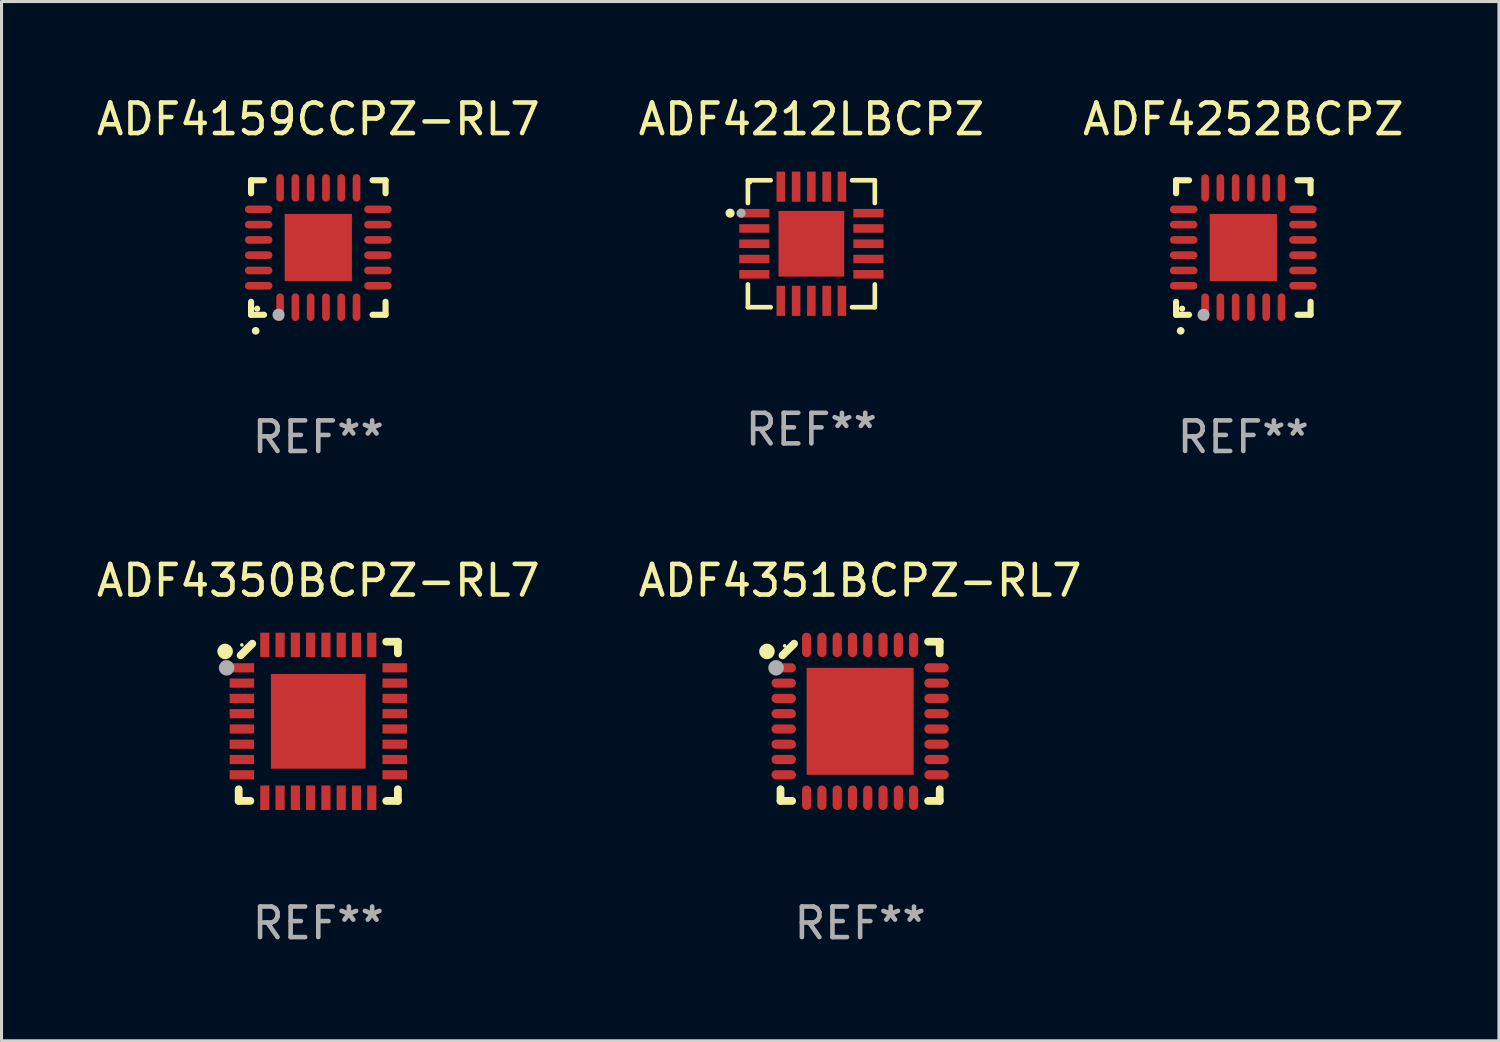
<source format=kicad_pcb>
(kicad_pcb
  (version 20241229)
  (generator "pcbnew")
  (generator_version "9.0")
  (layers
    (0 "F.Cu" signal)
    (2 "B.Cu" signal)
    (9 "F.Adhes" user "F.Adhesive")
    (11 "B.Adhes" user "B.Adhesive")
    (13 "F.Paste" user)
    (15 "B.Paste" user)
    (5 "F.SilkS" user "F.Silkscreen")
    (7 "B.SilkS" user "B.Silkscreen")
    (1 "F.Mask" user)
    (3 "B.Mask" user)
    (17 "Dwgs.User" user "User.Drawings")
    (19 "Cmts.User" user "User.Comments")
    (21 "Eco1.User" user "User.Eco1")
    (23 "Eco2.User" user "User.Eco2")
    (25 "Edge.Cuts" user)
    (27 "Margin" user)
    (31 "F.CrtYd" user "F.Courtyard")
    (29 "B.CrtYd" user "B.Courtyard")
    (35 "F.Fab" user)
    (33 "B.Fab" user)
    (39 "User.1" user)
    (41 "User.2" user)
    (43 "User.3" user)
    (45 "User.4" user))
  (footprint "ADF4212LBCPZ"
    (layer "F.Cu")
    (at 23.494 4.924)
    (property "Reference" "ADF4212LBCPZ" (at 0 -4.076 0) (layer "F.SilkS") (effects (font (size 1 1) (thickness 0.15))))
    (attr through_hole)
    (fp_line (start -2.076 -2.076) (end -2.076 -1.331) (stroke (width 0.152) (type solid)) (layer "F.SilkS"))
    (fp_line (start -2.076 2.076) (end -2.076 1.331) (stroke (width 0.152) (type solid)) (layer "F.SilkS"))
    (fp_line (start -1.331 -2.076) (end -2.076 -2.076) (stroke (width 0.152) (type solid)) (layer "F.SilkS"))
    (fp_line (start -1.331 2.076) (end -2.076 2.076) (stroke (width 0.152) (type solid)) (layer "F.SilkS"))
    (fp_line (start 1.331 -2.076) (end 2.076 -2.076) (stroke (width 0.152) (type solid)) (layer "F.SilkS"))
    (fp_line (start 1.331 2.076) (end 2.076 2.076) (stroke (width 0.152) (type solid)) (layer "F.SilkS"))
    (fp_line (start 2.076 -2.076) (end 2.076 -1.331) (stroke (width 0.152) (type solid)) (layer "F.SilkS"))
    (fp_line (start 2.076 2.076) (end 2.076 1.331) (stroke (width 0.152) (type solid)) (layer "F.SilkS"))
    (fp_circle (center -2.66 -1) (end -2.585 -1) (stroke (width 0.15) (type solid)) (fill no) (layer "F.SilkS"))
    (fp_circle (center -2 -2) (end -1.97 -2) (stroke (width 0.06) (type solid)) (fill no) (layer "F.SilkS"))
    (fp_circle (center -2.3 -1) (end -2.225 -1) (stroke (width 0.15) (type solid)) (fill no) (layer "F.Fab"))
    (fp_text user "REF**" (at 0 6.076 0) (layer "F.Fab") (effects (font (size 1 1) (thickness 0.15))))
    (pad "1" smd rect (at -1.867 -1) (size 0.985 0.28) (layers "F.Cu" "F.Mask" "F.Paste"))
    (pad "2" smd rect (at -1.867 -0.5) (size 0.985 0.28) (layers "F.Cu" "F.Mask" "F.Paste"))
    (pad "3" smd rect (at -1.867 0) (size 0.985 0.28) (layers "F.Cu" "F.Mask" "F.Paste"))
    (pad "4" smd rect (at -1.867 0.5) (size 0.985 0.28) (layers "F.Cu" "F.Mask" "F.Paste"))
    (pad "5" smd rect (at -1.867 1) (size 0.985 0.28) (layers "F.Cu" "F.Mask" "F.Paste"))
    (pad "6" smd rect (at -1 1.867) (size 0.28 0.985) (layers "F.Cu" "F.Mask" "F.Paste"))
    (pad "7" smd rect (at -0.5 1.867) (size 0.28 0.985) (layers "F.Cu" "F.Mask" "F.Paste"))
    (pad "8" smd rect (at 0 1.867) (size 0.28 0.985) (layers "F.Cu" "F.Mask" "F.Paste"))
    (pad "9" smd rect (at 0.5 1.867) (size 0.28 0.985) (layers "F.Cu" "F.Mask" "F.Paste"))
    (pad "10" smd rect (at 1 1.867) (size 0.28 0.985) (layers "F.Cu" "F.Mask" "F.Paste"))
    (pad "11" smd rect (at 1.867 1) (size 0.985 0.28) (layers "F.Cu" "F.Mask" "F.Paste"))
    (pad "12" smd rect (at 1.867 0.5) (size 0.985 0.28) (layers "F.Cu" "F.Mask" "F.Paste"))
    (pad "13" smd rect (at 1.867 0) (size 0.985 0.28) (layers "F.Cu" "F.Mask" "F.Paste"))
    (pad "14" smd rect (at 1.867 -0.5) (size 0.985 0.28) (layers "F.Cu" "F.Mask" "F.Paste"))
    (pad "15" smd rect (at 1.867 -1) (size 0.985 0.28) (layers "F.Cu" "F.Mask" "F.Paste"))
    (pad "16" smd rect (at 1 -1.867) (size 0.28 0.985) (layers "F.Cu" "F.Mask" "F.Paste"))
    (pad "17" smd rect (at 0.5 -1.867) (size 0.28 0.985) (layers "F.Cu" "F.Mask" "F.Paste"))
    (pad "18" smd rect (at 0 -1.867) (size 0.28 0.985) (layers "F.Cu" "F.Mask" "F.Paste"))
    (pad "19" smd rect (at -0.5 -1.867) (size 0.28 0.985) (layers "F.Cu" "F.Mask" "F.Paste"))
    (pad "20" smd rect (at -1 -1.867) (size 0.28 0.985) (layers "F.Cu" "F.Mask" "F.Paste"))
    (pad "21" smd rect (at 0 0) (size 2.15 2.15) (layers "F.Cu" "F.Mask" "F.Paste")))
  (footprint "ADF4252BCPZ"
    (layer "F.Cu")
    (at 37.625 5.048)
    (property "Reference" "ADF4252BCPZ" (at 0 -4.2 0) (layer "F.SilkS") (effects (font (size 1 1) (thickness 0.15))))
    (attr through_hole)
    (fp_line (start -2.2 -2.2) (end -2.2 -1.775) (stroke (width 0.2) (type solid)) (layer "F.SilkS"))
    (fp_line (start -2.2 2.2) (end -2.2 1.775) (stroke (width 0.2) (type solid)) (layer "F.SilkS"))
    (fp_line (start -1.775 -2.2) (end -2.2 -2.2) (stroke (width 0.2) (type solid)) (layer "F.SilkS"))
    (fp_line (start -1.775 2.2) (end -2.2 2.2) (stroke (width 0.2) (type solid)) (layer "F.SilkS"))
    (fp_line (start 2.2 -2.2) (end 1.775 -2.2) (stroke (width 0.2) (type solid)) (layer "F.SilkS"))
    (fp_line (start 2.2 -1.775) (end 2.2 -2.2) (stroke (width 0.2) (type solid)) (layer "F.SilkS"))
    (fp_line (start 2.2 1.775) (end 2.2 2.2) (stroke (width 0.2) (type solid)) (layer "F.SilkS"))
    (fp_line (start 2.2 2.2) (end 1.775 2.2) (stroke (width 0.2) (type solid)) (layer "F.SilkS"))
    (fp_arc (start -2.049784 2.725425) (mid -2.048514 2.725419) (end -2.047244 2.725425) (stroke (width 0.25) (type solid)) (layer "F.SilkS"))
    (fp_circle (center -2 2) (end -1.95 2) (stroke (width 0.1) (type solid)) (fill no) (layer "F.SilkS"))
    (fp_circle (center -1.3 2.2) (end -1.2 2.2) (stroke (width 0.2) (type solid)) (fill no) (layer "F.Fab"))
    (fp_text user "REF**" (at 0 6.2 0) (layer "F.Fab") (effects (font (size 1 1) (thickness 0.15))))
    (pad "1" smd oval (at -1.25 1.951) (size 0.25 0.9) (layers "F.Cu" "F.Mask" "F.Paste"))
    (pad "2" smd oval (at -0.75 1.951) (size 0.25 0.9) (layers "F.Cu" "F.Mask" "F.Paste"))
    (pad "3" smd oval (at -0.25 1.951) (size 0.25 0.9) (layers "F.Cu" "F.Mask" "F.Paste"))
    (pad "4" smd oval (at 0.25 1.951) (size 0.25 0.9) (layers "F.Cu" "F.Mask" "F.Paste"))
    (pad "5" smd oval (at 0.75 1.951) (size 0.25 0.9) (layers "F.Cu" "F.Mask" "F.Paste"))
    (pad "6" smd oval (at 1.25 1.951) (size 0.25 0.9) (layers "F.Cu" "F.Mask" "F.Paste"))
    (pad "7" smd oval (at 1.951 1.25) (size 0.9 0.25) (layers "F.Cu" "F.Mask" "F.Paste"))
    (pad "8" smd oval (at 1.951 0.75) (size 0.9 0.25) (layers "F.Cu" "F.Mask" "F.Paste"))
    (pad "9" smd oval (at 1.951 0.25) (size 0.9 0.25) (layers "F.Cu" "F.Mask" "F.Paste"))
    (pad "10" smd oval (at 1.951 -0.25) (size 0.9 0.25) (layers "F.Cu" "F.Mask" "F.Paste"))
    (pad "11" smd oval (at 1.951 -0.75) (size 0.9 0.25) (layers "F.Cu" "F.Mask" "F.Paste"))
    (pad "12" smd oval (at 1.951 -1.25) (size 0.9 0.25) (layers "F.Cu" "F.Mask" "F.Paste"))
    (pad "13" smd oval (at 1.25 -1.951) (size 0.25 0.9) (layers "F.Cu" "F.Mask" "F.Paste"))
    (pad "14" smd oval (at 0.75 -1.951) (size 0.25 0.9) (layers "F.Cu" "F.Mask" "F.Paste"))
    (pad "15" smd oval (at 0.25 -1.951) (size 0.25 0.9) (layers "F.Cu" "F.Mask" "F.Paste"))
    (pad "16" smd oval (at -0.25 -1.951) (size 0.25 0.9) (layers "F.Cu" "F.Mask" "F.Paste"))
    (pad "17" smd oval (at -0.75 -1.951) (size 0.25 0.9) (layers "F.Cu" "F.Mask" "F.Paste"))
    (pad "18" smd oval (at -1.25 -1.951) (size 0.25 0.9) (layers "F.Cu" "F.Mask" "F.Paste"))
    (pad "19" smd oval (at -1.951 -1.25) (size 0.9 0.25) (layers "F.Cu" "F.Mask" "F.Paste"))
    (pad "20" smd oval (at -1.951 -0.75) (size 0.9 0.25) (layers "F.Cu" "F.Mask" "F.Paste"))
    (pad "21" smd oval (at -1.951 -0.25) (size 0.9 0.25) (layers "F.Cu" "F.Mask" "F.Paste"))
    (pad "22" smd oval (at -1.951 0.25) (size 0.9 0.25) (layers "F.Cu" "F.Mask" "F.Paste"))
    (pad "23" smd oval (at -1.951 0.75) (size 0.9 0.25) (layers "F.Cu" "F.Mask" "F.Paste"))
    (pad "24" smd oval (at -1.951 1.25) (size 0.9 0.25) (layers "F.Cu" "F.Mask" "F.Paste"))
    (pad "25" smd rect (at 0.000076 0) (size 2.2 2.2) (layers "F.Cu" "F.Mask" "F.Paste")))
  (footprint "ADF4350BCPZ-RL7"
    (layer "F.Cu")
    (at 7.363 20.548)
    (property "Reference" "ADF4350BCPZ-RL7" (at 0 -4.604 0) (layer "F.SilkS") (effects (font (size 1 1) (thickness 0.15))))
    (attr through_hole)
    (fp_line (start -2.604 2.223) (end -2.604 2.604) (stroke (width 0.254) (type solid)) (layer "F.SilkS"))
    (fp_line (start -2.604 2.604) (end -2.223 2.604) (stroke (width 0.254) (type solid)) (layer "F.SilkS"))
    (fp_line (start -2.159 -2.54) (end -2.54 -2.159) (stroke (width 0.254) (type solid)) (layer "F.SilkS"))
    (fp_line (start 2.223 2.604) (end 2.604 2.604) (stroke (width 0.254) (type solid)) (layer "F.SilkS"))
    (fp_line (start 2.604 -2.604) (end 2.223 -2.604) (stroke (width 0.254) (type solid)) (layer "F.SilkS"))
    (fp_line (start 2.604 -2.223) (end 2.604 -2.604) (stroke (width 0.254) (type solid)) (layer "F.SilkS"))
    (fp_line (start 2.604 2.604) (end 2.604 2.223) (stroke (width 0.254) (type solid)) (layer "F.SilkS"))
    (fp_circle (center -3.048 -2.286) (end -2.921 -2.286) (stroke (width 0.254) (type solid)) (fill no) (layer "F.SilkS"))
    (fp_circle (center -2.5 -2.5) (end -2.47 -2.5) (stroke (width 0.06) (type solid)) (fill no) (layer "F.SilkS"))
    (fp_circle (center -3 -1.75) (end -2.873 -1.75) (stroke (width 0.254) (type solid)) (fill no) (layer "F.Fab"))
    (fp_text user "REF**" (at 0 6.604 0) (layer "F.Fab") (effects (font (size 1 1) (thickness 0.15))))
    (pad "1" smd rect (at -2.5 -1.75 270) (size 0.3 0.8) (layers "F.Cu" "F.Mask" "F.Paste"))
    (pad "2" smd rect (at -2.5 -1.25 270) (size 0.3 0.8) (layers "F.Cu" "F.Mask" "F.Paste"))
    (pad "3" smd rect (at -2.5 -0.75 270) (size 0.3 0.8) (layers "F.Cu" "F.Mask" "F.Paste"))
    (pad "4" smd rect (at -2.5 -0.25 270) (size 0.3 0.8) (layers "F.Cu" "F.Mask" "F.Paste"))
    (pad "5" smd rect (at -2.5 0.25 270) (size 0.3 0.8) (layers "F.Cu" "F.Mask" "F.Paste"))
    (pad "6" smd rect (at -2.5 0.75 270) (size 0.3 0.8) (layers "F.Cu" "F.Mask" "F.Paste"))
    (pad "7" smd rect (at -2.5 1.25 270) (size 0.3 0.8) (layers "F.Cu" "F.Mask" "F.Paste"))
    (pad "8" smd rect (at -2.5 1.75 270) (size 0.3 0.8) (layers "F.Cu" "F.Mask" "F.Paste"))
    (pad "9" smd rect (at -1.75 2.5 270) (size 0.8 0.3) (layers "F.Cu" "F.Mask" "F.Paste"))
    (pad "10" smd rect (at -1.25 2.5 270) (size 0.8 0.3) (layers "F.Cu" "F.Mask" "F.Paste"))
    (pad "11" smd rect (at -0.75 2.5 270) (size 0.8 0.3) (layers "F.Cu" "F.Mask" "F.Paste"))
    (pad "12" smd rect (at -0.25 2.5 270) (size 0.8 0.3) (layers "F.Cu" "F.Mask" "F.Paste"))
    (pad "13" smd rect (at 0.25 2.5 270) (size 0.8 0.3) (layers "F.Cu" "F.Mask" "F.Paste"))
    (pad "14" smd rect (at 0.75 2.5 270) (size 0.8 0.3) (layers "F.Cu" "F.Mask" "F.Paste"))
    (pad "15" smd rect (at 1.25 2.5 270) (size 0.8 0.3) (layers "F.Cu" "F.Mask" "F.Paste"))
    (pad "16" smd rect (at 1.75 2.5 270) (size 0.8 0.3) (layers "F.Cu" "F.Mask" "F.Paste"))
    (pad "17" smd rect (at 2.5 1.75 270) (size 0.3 0.8) (layers "F.Cu" "F.Mask" "F.Paste"))
    (pad "18" smd rect (at 2.5 1.25 270) (size 0.3 0.8) (layers "F.Cu" "F.Mask" "F.Paste"))
    (pad "19" smd rect (at 2.5 0.75 270) (size 0.3 0.8) (layers "F.Cu" "F.Mask" "F.Paste"))
    (pad "20" smd rect (at 2.5 0.25 270) (size 0.3 0.8) (layers "F.Cu" "F.Mask" "F.Paste"))
    (pad "21" smd rect (at 2.5 -0.25 270) (size 0.3 0.8) (layers "F.Cu" "F.Mask" "F.Paste"))
    (pad "22" smd rect (at 2.5 -0.75 270) (size 0.3 0.8) (layers "F.Cu" "F.Mask" "F.Paste"))
    (pad "23" smd rect (at 2.5 -1.25 270) (size 0.3 0.8) (layers "F.Cu" "F.Mask" "F.Paste"))
    (pad "24" smd rect (at 2.5 -1.75 270) (size 0.3 0.8) (layers "F.Cu" "F.Mask" "F.Paste"))
    (pad "25" smd rect (at 1.75 -2.5 270) (size 0.8 0.3) (layers "F.Cu" "F.Mask" "F.Paste"))
    (pad "26" smd rect (at 1.25 -2.5 270) (size 0.8 0.3) (layers "F.Cu" "F.Mask" "F.Paste"))
    (pad "27" smd rect (at 0.75 -2.5 270) (size 0.8 0.3) (layers "F.Cu" "F.Mask" "F.Paste"))
    (pad "28" smd rect (at 0.25 -2.5 270) (size 0.8 0.3) (layers "F.Cu" "F.Mask" "F.Paste"))
    (pad "29" smd rect (at -0.25 -2.5 270) (size 0.8 0.3) (layers "F.Cu" "F.Mask" "F.Paste"))
    (pad "30" smd rect (at -0.75 -2.5 270) (size 0.8 0.3) (layers "F.Cu" "F.Mask" "F.Paste"))
    (pad "31" smd rect (at -1.25 -2.5 270) (size 0.8 0.3) (layers "F.Cu" "F.Mask" "F.Paste"))
    (pad "32" smd rect (at -1.75 -2.5 270) (size 0.8 0.3) (layers "F.Cu" "F.Mask" "F.Paste"))
    (pad "33" smd rect (at 0.000025 0 270) (size 3.1 3.1) (layers "F.Cu" "F.Mask" "F.Paste")))
  (footprint "ADF4159CCPZ-RL7"
    (layer "F.Cu")
    (at 7.363 5.048)
    (property "Reference" "ADF4159CCPZ-RL7" (at 0 -4.2 0) (layer "F.SilkS") (effects (font (size 1 1) (thickness 0.15))))
    (attr through_hole)
    (fp_line (start -2.2 -2.2) (end -2.2 -1.775) (stroke (width 0.2) (type solid)) (layer "F.SilkS"))
    (fp_line (start -2.2 2.2) (end -2.2 1.775) (stroke (width 0.2) (type solid)) (layer "F.SilkS"))
    (fp_line (start -1.775 -2.2) (end -2.2 -2.2) (stroke (width 0.2) (type solid)) (layer "F.SilkS"))
    (fp_line (start -1.775 2.2) (end -2.2 2.2) (stroke (width 0.2) (type solid)) (layer "F.SilkS"))
    (fp_line (start 2.2 -2.2) (end 1.775 -2.2) (stroke (width 0.2) (type solid)) (layer "F.SilkS"))
    (fp_line (start 2.2 -1.775) (end 2.2 -2.2) (stroke (width 0.2) (type solid)) (layer "F.SilkS"))
    (fp_line (start 2.2 1.775) (end 2.2 2.2) (stroke (width 0.2) (type solid)) (layer "F.SilkS"))
    (fp_line (start 2.2 2.2) (end 1.775 2.2) (stroke (width 0.2) (type solid)) (layer "F.SilkS"))
    (fp_arc (start -2.049784 2.725425) (mid -2.048514 2.725419) (end -2.047244 2.725425) (stroke (width 0.25) (type solid)) (layer "F.SilkS"))
    (fp_circle (center -2 2) (end -1.95 2) (stroke (width 0.1) (type solid)) (fill no) (layer "F.SilkS"))
    (fp_circle (center -1.3 2.2) (end -1.2 2.2) (stroke (width 0.2) (type solid)) (fill no) (layer "F.Fab"))
    (fp_text user "REF**" (at 0 6.2 0) (layer "F.Fab") (effects (font (size 1 1) (thickness 0.15))))
    (pad "1" smd oval (at -1.25 1.951) (size 0.25 0.9) (layers "F.Cu" "F.Mask" "F.Paste"))
    (pad "2" smd oval (at -0.75 1.951) (size 0.25 0.9) (layers "F.Cu" "F.Mask" "F.Paste"))
    (pad "3" smd oval (at -0.25 1.951) (size 0.25 0.9) (layers "F.Cu" "F.Mask" "F.Paste"))
    (pad "4" smd oval (at 0.25 1.951) (size 0.25 0.9) (layers "F.Cu" "F.Mask" "F.Paste"))
    (pad "5" smd oval (at 0.75 1.951) (size 0.25 0.9) (layers "F.Cu" "F.Mask" "F.Paste"))
    (pad "6" smd oval (at 1.25 1.951) (size 0.25 0.9) (layers "F.Cu" "F.Mask" "F.Paste"))
    (pad "7" smd oval (at 1.951 1.25) (size 0.9 0.25) (layers "F.Cu" "F.Mask" "F.Paste"))
    (pad "8" smd oval (at 1.951 0.75) (size 0.9 0.25) (layers "F.Cu" "F.Mask" "F.Paste"))
    (pad "9" smd oval (at 1.951 0.25) (size 0.9 0.25) (layers "F.Cu" "F.Mask" "F.Paste"))
    (pad "10" smd oval (at 1.951 -0.25) (size 0.9 0.25) (layers "F.Cu" "F.Mask" "F.Paste"))
    (pad "11" smd oval (at 1.951 -0.75) (size 0.9 0.25) (layers "F.Cu" "F.Mask" "F.Paste"))
    (pad "12" smd oval (at 1.951 -1.25) (size 0.9 0.25) (layers "F.Cu" "F.Mask" "F.Paste"))
    (pad "13" smd oval (at 1.25 -1.951) (size 0.25 0.9) (layers "F.Cu" "F.Mask" "F.Paste"))
    (pad "14" smd oval (at 0.75 -1.951) (size 0.25 0.9) (layers "F.Cu" "F.Mask" "F.Paste"))
    (pad "15" smd oval (at 0.25 -1.951) (size 0.25 0.9) (layers "F.Cu" "F.Mask" "F.Paste"))
    (pad "16" smd oval (at -0.25 -1.951) (size 0.25 0.9) (layers "F.Cu" "F.Mask" "F.Paste"))
    (pad "17" smd oval (at -0.75 -1.951) (size 0.25 0.9) (layers "F.Cu" "F.Mask" "F.Paste"))
    (pad "18" smd oval (at -1.25 -1.951) (size 0.25 0.9) (layers "F.Cu" "F.Mask" "F.Paste"))
    (pad "19" smd oval (at -1.951 -1.25) (size 0.9 0.25) (layers "F.Cu" "F.Mask" "F.Paste"))
    (pad "20" smd oval (at -1.951 -0.75) (size 0.9 0.25) (layers "F.Cu" "F.Mask" "F.Paste"))
    (pad "21" smd oval (at -1.951 -0.25) (size 0.9 0.25) (layers "F.Cu" "F.Mask" "F.Paste"))
    (pad "22" smd oval (at -1.951 0.25) (size 0.9 0.25) (layers "F.Cu" "F.Mask" "F.Paste"))
    (pad "23" smd oval (at -1.951 0.75) (size 0.9 0.25) (layers "F.Cu" "F.Mask" "F.Paste"))
    (pad "24" smd oval (at -1.951 1.25) (size 0.9 0.25) (layers "F.Cu" "F.Mask" "F.Paste"))
    (pad "25" smd rect (at 0.000076 0) (size 2.2 2.2) (layers "F.Cu" "F.Mask" "F.Paste")))
  (footprint "ADF4351BCPZ-RL7"
    (layer "F.Cu")
    (at 25.089 20.548)
    (property "Reference" "ADF4351BCPZ-RL7" (at 0 -4.604 0) (layer "F.SilkS") (effects (font (size 1 1) (thickness 0.15))))
    (attr through_hole)
    (fp_line (start -2.604 2.223) (end -2.604 2.604) (stroke (width 0.254) (type solid)) (layer "F.SilkS"))
    (fp_line (start -2.604 2.604) (end -2.223 2.604) (stroke (width 0.254) (type solid)) (layer "F.SilkS"))
    (fp_line (start -2.159 -2.54) (end -2.54 -2.159) (stroke (width 0.254) (type solid)) (layer "F.SilkS"))
    (fp_line (start 2.223 2.604) (end 2.604 2.604) (stroke (width 0.254) (type solid)) (layer "F.SilkS"))
    (fp_line (start 2.604 -2.604) (end 2.223 -2.604) (stroke (width 0.254) (type solid)) (layer "F.SilkS"))
    (fp_line (start 2.604 -2.223) (end 2.604 -2.604) (stroke (width 0.254) (type solid)) (layer "F.SilkS"))
    (fp_line (start 2.604 2.604) (end 2.604 2.223) (stroke (width 0.254) (type solid)) (layer "F.SilkS"))
    (fp_circle (center -3.048 -2.286) (end -2.921 -2.286) (stroke (width 0.254) (type solid)) (fill no) (layer "F.SilkS"))
    (fp_circle (center -2.47 -2.47) (end -2.44 -2.47) (stroke (width 0.06) (type solid)) (fill no) (layer "F.SilkS"))
    (fp_circle (center -2.75 -1.75) (end -2.623 -1.75) (stroke (width 0.254) (type solid)) (fill no) (layer "F.Fab"))
    (fp_text user "REF**" (at 0 6.604 0) (layer "F.Fab") (effects (font (size 1 1) (thickness 0.15))))
    (pad "1" smd oval (at -2.5 -1.75) (size 0.8 0.3) (layers "F.Cu" "F.Mask" "F.Paste"))
    (pad "2" smd oval (at -2.5 -1.25) (size 0.8 0.3) (layers "F.Cu" "F.Mask" "F.Paste"))
    (pad "3" smd oval (at -2.5 -0.75) (size 0.8 0.3) (layers "F.Cu" "F.Mask" "F.Paste"))
    (pad "4" smd oval (at -2.5 -0.25) (size 0.8 0.3) (layers "F.Cu" "F.Mask" "F.Paste"))
    (pad "5" smd oval (at -2.5 0.25) (size 0.8 0.3) (layers "F.Cu" "F.Mask" "F.Paste"))
    (pad "6" smd oval (at -2.5 0.75) (size 0.8 0.3) (layers "F.Cu" "F.Mask" "F.Paste"))
    (pad "7" smd oval (at -2.5 1.25) (size 0.8 0.3) (layers "F.Cu" "F.Mask" "F.Paste"))
    (pad "8" smd oval (at -2.5 1.75) (size 0.8 0.3) (layers "F.Cu" "F.Mask" "F.Paste"))
    (pad "9" smd oval (at -1.75 2.5) (size 0.3 0.8) (layers "F.Cu" "F.Mask" "F.Paste"))
    (pad "10" smd oval (at -1.25 2.5) (size 0.3 0.8) (layers "F.Cu" "F.Mask" "F.Paste"))
    (pad "11" smd oval (at -0.75 2.5) (size 0.3 0.8) (layers "F.Cu" "F.Mask" "F.Paste"))
    (pad "12" smd oval (at -0.25 2.5) (size 0.3 0.8) (layers "F.Cu" "F.Mask" "F.Paste"))
    (pad "13" smd oval (at 0.25 2.5) (size 0.3 0.8) (layers "F.Cu" "F.Mask" "F.Paste"))
    (pad "14" smd oval (at 0.75 2.5) (size 0.3 0.8) (layers "F.Cu" "F.Mask" "F.Paste"))
    (pad "15" smd oval (at 1.25 2.5) (size 0.3 0.8) (layers "F.Cu" "F.Mask" "F.Paste"))
    (pad "16" smd oval (at 1.75 2.5) (size 0.3 0.8) (layers "F.Cu" "F.Mask" "F.Paste"))
    (pad "17" smd oval (at 2.5 1.75) (size 0.8 0.3) (layers "F.Cu" "F.Mask" "F.Paste"))
    (pad "18" smd oval (at 2.5 1.25) (size 0.8 0.3) (layers "F.Cu" "F.Mask" "F.Paste"))
    (pad "19" smd oval (at 2.5 0.75) (size 0.8 0.3) (layers "F.Cu" "F.Mask" "F.Paste"))
    (pad "20" smd oval (at 2.5 0.25) (size 0.8 0.3) (layers "F.Cu" "F.Mask" "F.Paste"))
    (pad "21" smd oval (at 2.5 -0.25) (size 0.8 0.3) (layers "F.Cu" "F.Mask" "F.Paste"))
    (pad "22" smd oval (at 2.5 -0.75) (size 0.8 0.3) (layers "F.Cu" "F.Mask" "F.Paste"))
    (pad "23" smd oval (at 2.5 -1.25) (size 0.8 0.3) (layers "F.Cu" "F.Mask" "F.Paste"))
    (pad "24" smd oval (at 2.5 -1.75) (size 0.8 0.3) (layers "F.Cu" "F.Mask" "F.Paste"))
    (pad "25" smd oval (at 1.75 -2.5) (size 0.3 0.8) (layers "F.Cu" "F.Mask" "F.Paste"))
    (pad "26" smd oval (at 1.25 -2.5) (size 0.3 0.8) (layers "F.Cu" "F.Mask" "F.Paste"))
    (pad "27" smd oval (at 0.75 -2.5) (size 0.3 0.8) (layers "F.Cu" "F.Mask" "F.Paste"))
    (pad "28" smd oval (at 0.25 -2.5) (size 0.3 0.8) (layers "F.Cu" "F.Mask" "F.Paste"))
    (pad "29" smd oval (at -0.25 -2.5) (size 0.3 0.8) (layers "F.Cu" "F.Mask" "F.Paste"))
    (pad "30" smd oval (at -0.75 -2.5) (size 0.3 0.8) (layers "F.Cu" "F.Mask" "F.Paste"))
    (pad "31" smd oval (at -1.25 -2.5) (size 0.3 0.8) (layers "F.Cu" "F.Mask" "F.Paste"))
    (pad "32" smd oval (at -1.75 -2.5) (size 0.3 0.8) (layers "F.Cu" "F.Mask" "F.Paste"))
    (pad "33" smd rect (at 0.000102 -0.000025) (size 3.5 3.5) (layers "F.Cu" "F.Mask" "F.Paste")))
  (gr_rect
    (start -3 -3)
    (end 45.988 31)
    (stroke (width 0.1) (type default))
    (fill no)
    (layer "Edge.Cuts")))
</source>
